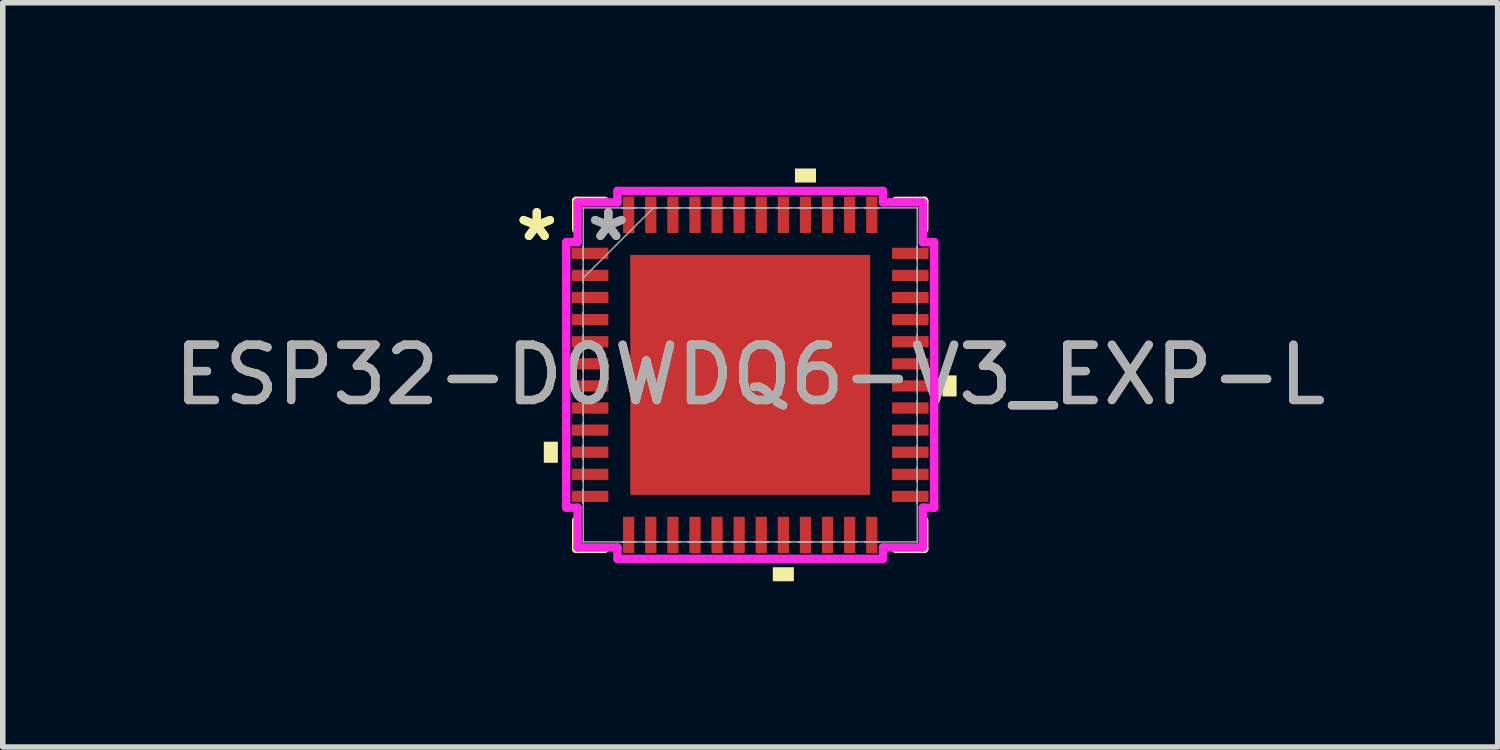
<source format=kicad_pcb>
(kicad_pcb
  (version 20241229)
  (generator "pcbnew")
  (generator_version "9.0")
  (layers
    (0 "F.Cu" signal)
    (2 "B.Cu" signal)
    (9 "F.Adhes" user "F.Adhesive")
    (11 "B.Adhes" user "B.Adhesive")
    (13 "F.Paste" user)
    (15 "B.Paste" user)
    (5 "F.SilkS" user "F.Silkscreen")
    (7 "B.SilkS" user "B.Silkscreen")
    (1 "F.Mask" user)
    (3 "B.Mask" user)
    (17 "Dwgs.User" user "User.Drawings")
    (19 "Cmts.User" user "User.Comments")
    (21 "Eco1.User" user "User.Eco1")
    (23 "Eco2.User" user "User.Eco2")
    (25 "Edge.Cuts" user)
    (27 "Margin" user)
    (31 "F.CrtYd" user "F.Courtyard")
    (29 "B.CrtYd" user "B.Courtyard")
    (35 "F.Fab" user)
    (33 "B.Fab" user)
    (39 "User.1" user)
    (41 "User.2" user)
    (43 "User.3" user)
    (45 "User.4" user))
  (footprint "ESP32-D0WDQ6-V3_EXP-L"
    (layer "F.Cu")
    (at 10.53 3.736)
    (property "Reference" "ESP32-D0WDQ6-V3_EXP-L" (at 0 0 0) (unlocked yes) (layer "F.SilkS") (effects (font (size 1 1) (thickness 0.15))))
    (attr smd)
    (fp_line (start -3.15 -3.15) (end -3.15 -2.634) (stroke (width 0.152) (type solid)) (layer "F.SilkS"))
    (fp_line (start -3.15 2.634) (end -3.15 3.15) (stroke (width 0.152) (type solid)) (layer "F.SilkS"))
    (fp_line (start -3.15 3.15) (end -2.634 3.15) (stroke (width 0.152) (type solid)) (layer "F.SilkS"))
    (fp_line (start -2.634 -3.15) (end -3.15 -3.15) (stroke (width 0.152) (type solid)) (layer "F.SilkS"))
    (fp_line (start 2.634 3.15) (end 3.15 3.15) (stroke (width 0.152) (type solid)) (layer "F.SilkS"))
    (fp_line (start 3.15 -3.15) (end 2.634 -3.15) (stroke (width 0.152) (type solid)) (layer "F.SilkS"))
    (fp_line (start 3.15 -2.634) (end 3.15 -3.15) (stroke (width 0.152) (type solid)) (layer "F.SilkS"))
    (fp_line (start 3.15 3.15) (end 3.15 2.634) (stroke (width 0.152) (type solid)) (layer "F.SilkS"))
    (fp_poly (pts (xy -3.736 1.21) (xy -3.736 1.591) (xy -3.482 1.591) (xy -3.482 1.21)) (stroke (width 0) (type solid)) (fill yes) (layer "F.SilkS"))
    (fp_poly (pts (xy 0.409 3.482) (xy 0.409 3.736) (xy 0.79 3.736) (xy 0.79 3.482)) (stroke (width 0) (type solid)) (fill yes) (layer "F.SilkS"))
    (fp_poly (pts (xy 0.81 -3.482) (xy 0.81 -3.736) (xy 1.191 -3.736) (xy 1.191 -3.482)) (stroke (width 0) (type solid)) (fill yes) (layer "F.SilkS"))
    (fp_poly (pts (xy 3.736 0.009) (xy 3.736 0.391) (xy 3.482 0.391) (xy 3.482 0.009)) (stroke (width 0) (type solid)) (fill yes) (layer "F.SilkS"))
    (fp_poly (pts (xy -2.072 -2.072) (xy -2.072 -0.824) (xy -0.824 -0.824) (xy -0.824 -2.072)) (stroke (width 0) (type solid)) (fill yes) (layer "F.Paste"))
    (fp_poly (pts (xy -2.072 -0.624) (xy -2.072 0.624) (xy -0.824 0.624) (xy -0.824 -0.624)) (stroke (width 0) (type solid)) (fill yes) (layer "F.Paste"))
    (fp_poly (pts (xy -2.072 0.824) (xy -2.072 2.072) (xy -0.824 2.072) (xy -0.824 0.824)) (stroke (width 0) (type solid)) (fill yes) (layer "F.Paste"))
    (fp_poly (pts (xy -0.624 -2.072) (xy -0.624 -0.824) (xy 0.624 -0.824) (xy 0.624 -2.072)) (stroke (width 0) (type solid)) (fill yes) (layer "F.Paste"))
    (fp_poly (pts (xy -0.624 -0.624) (xy -0.624 0.624) (xy 0.624 0.624) (xy 0.624 -0.624)) (stroke (width 0) (type solid)) (fill yes) (layer "F.Paste"))
    (fp_poly (pts (xy -0.624 0.824) (xy -0.624 2.072) (xy 0.624 2.072) (xy 0.624 0.824)) (stroke (width 0) (type solid)) (fill yes) (layer "F.Paste"))
    (fp_poly (pts (xy 0.824 -2.072) (xy 0.824 -0.824) (xy 2.072 -0.824) (xy 2.072 -2.072)) (stroke (width 0) (type solid)) (fill yes) (layer "F.Paste"))
    (fp_poly (pts (xy 0.824 -0.624) (xy 0.824 0.624) (xy 2.072 0.624) (xy 2.072 -0.624)) (stroke (width 0) (type solid)) (fill yes) (layer "F.Paste"))
    (fp_poly (pts (xy 0.824 0.824) (xy 0.824 2.072) (xy 2.072 2.072) (xy 2.072 0.824)) (stroke (width 0) (type solid)) (fill yes) (layer "F.Paste"))
    (fp_line (start -3.33 -2.403) (end -3.124 -2.403) (stroke (width 0.152) (type solid)) (layer "F.CrtYd"))
    (fp_line (start -3.33 2.403) (end -3.33 -2.403) (stroke (width 0.152) (type solid)) (layer "F.CrtYd"))
    (fp_line (start -3.124 -3.124) (end -2.403 -3.124) (stroke (width 0.152) (type solid)) (layer "F.CrtYd"))
    (fp_line (start -3.124 -2.403) (end -3.124 -3.124) (stroke (width 0.152) (type solid)) (layer "F.CrtYd"))
    (fp_line (start -3.124 2.403) (end -3.33 2.403) (stroke (width 0.152) (type solid)) (layer "F.CrtYd"))
    (fp_line (start -3.124 3.124) (end -3.124 2.403) (stroke (width 0.152) (type solid)) (layer "F.CrtYd"))
    (fp_line (start -2.403 -3.33) (end 2.403 -3.33) (stroke (width 0.152) (type solid)) (layer "F.CrtYd"))
    (fp_line (start -2.403 -3.124) (end -2.403 -3.33) (stroke (width 0.152) (type solid)) (layer "F.CrtYd"))
    (fp_line (start -2.403 3.124) (end -3.124 3.124) (stroke (width 0.152) (type solid)) (layer "F.CrtYd"))
    (fp_line (start -2.403 3.33) (end -2.403 3.124) (stroke (width 0.152) (type solid)) (layer "F.CrtYd"))
    (fp_line (start 2.403 -3.33) (end 2.403 -3.124) (stroke (width 0.152) (type solid)) (layer "F.CrtYd"))
    (fp_line (start 2.403 -3.124) (end 3.124 -3.124) (stroke (width 0.152) (type solid)) (layer "F.CrtYd"))
    (fp_line (start 2.403 3.124) (end 2.403 3.33) (stroke (width 0.152) (type solid)) (layer "F.CrtYd"))
    (fp_line (start 2.403 3.33) (end -2.403 3.33) (stroke (width 0.152) (type solid)) (layer "F.CrtYd"))
    (fp_line (start 3.124 -3.124) (end 3.124 -2.403) (stroke (width 0.152) (type solid)) (layer "F.CrtYd"))
    (fp_line (start 3.124 -2.403) (end 3.33 -2.403) (stroke (width 0.152) (type solid)) (layer "F.CrtYd"))
    (fp_line (start 3.124 2.403) (end 3.124 3.124) (stroke (width 0.152) (type solid)) (layer "F.CrtYd"))
    (fp_line (start 3.124 3.124) (end 2.403 3.124) (stroke (width 0.152) (type solid)) (layer "F.CrtYd"))
    (fp_line (start 3.33 -2.403) (end 3.33 2.403) (stroke (width 0.152) (type solid)) (layer "F.CrtYd"))
    (fp_line (start 3.33 2.403) (end 3.124 2.403) (stroke (width 0.152) (type solid)) (layer "F.CrtYd"))
    (fp_line (start -3.025 -2.327) (end -3.025 -2.073) (stroke (width 0.025) (type solid)) (layer "F.Fab"))
    (fp_line (start -3.025 -2.073) (end -3.023 -2.073) (stroke (width 0.025) (type solid)) (layer "F.Fab"))
    (fp_line (start -3.025 -1.927) (end -3.025 -1.673) (stroke (width 0.025) (type solid)) (layer "F.Fab"))
    (fp_line (start -3.025 -1.673) (end -3.023 -1.673) (stroke (width 0.025) (type solid)) (layer "F.Fab"))
    (fp_line (start -3.025 -1.527) (end -3.025 -1.273) (stroke (width 0.025) (type solid)) (layer "F.Fab"))
    (fp_line (start -3.025 -1.273) (end -3.023 -1.273) (stroke (width 0.025) (type solid)) (layer "F.Fab"))
    (fp_line (start -3.025 -1.127) (end -3.025 -0.873) (stroke (width 0.025) (type solid)) (layer "F.Fab"))
    (fp_line (start -3.025 -0.873) (end -3.023 -0.873) (stroke (width 0.025) (type solid)) (layer "F.Fab"))
    (fp_line (start -3.025 -0.727) (end -3.025 -0.473) (stroke (width 0.025) (type solid)) (layer "F.Fab"))
    (fp_line (start -3.025 -0.473) (end -3.023 -0.473) (stroke (width 0.025) (type solid)) (layer "F.Fab"))
    (fp_line (start -3.025 -0.327) (end -3.025 -0.073) (stroke (width 0.025) (type solid)) (layer "F.Fab"))
    (fp_line (start -3.025 -0.073) (end -3.023 -0.073) (stroke (width 0.025) (type solid)) (layer "F.Fab"))
    (fp_line (start -3.025 0.073) (end -3.025 0.327) (stroke (width 0.025) (type solid)) (layer "F.Fab"))
    (fp_line (start -3.025 0.327) (end -3.023 0.327) (stroke (width 0.025) (type solid)) (layer "F.Fab"))
    (fp_line (start -3.025 0.473) (end -3.025 0.727) (stroke (width 0.025) (type solid)) (layer "F.Fab"))
    (fp_line (start -3.025 0.727) (end -3.023 0.727) (stroke (width 0.025) (type solid)) (layer "F.Fab"))
    (fp_line (start -3.025 0.873) (end -3.025 1.127) (stroke (width 0.025) (type solid)) (layer "F.Fab"))
    (fp_line (start -3.025 1.127) (end -3.023 1.127) (stroke (width 0.025) (type solid)) (layer "F.Fab"))
    (fp_line (start -3.025 1.273) (end -3.025 1.527) (stroke (width 0.025) (type solid)) (layer "F.Fab"))
    (fp_line (start -3.025 1.527) (end -3.023 1.527) (stroke (width 0.025) (type solid)) (layer "F.Fab"))
    (fp_line (start -3.025 1.673) (end -3.025 1.927) (stroke (width 0.025) (type solid)) (layer "F.Fab"))
    (fp_line (start -3.025 1.927) (end -3.023 1.927) (stroke (width 0.025) (type solid)) (layer "F.Fab"))
    (fp_line (start -3.025 2.073) (end -3.025 2.327) (stroke (width 0.025) (type solid)) (layer "F.Fab"))
    (fp_line (start -3.025 2.327) (end -3.023 2.327) (stroke (width 0.025) (type solid)) (layer "F.Fab"))
    (fp_line (start -3.023 -3.023) (end -3.023 -3.023) (stroke (width 0.025) (type solid)) (layer "F.Fab"))
    (fp_line (start -3.023 -3.023) (end -3.023 3.023) (stroke (width 0.025) (type solid)) (layer "F.Fab"))
    (fp_line (start -3.023 -2.327) (end -3.025 -2.327) (stroke (width 0.025) (type solid)) (layer "F.Fab"))
    (fp_line (start -3.023 -2.073) (end -3.023 -2.327) (stroke (width 0.025) (type solid)) (layer "F.Fab"))
    (fp_line (start -3.023 -1.927) (end -3.025 -1.927) (stroke (width 0.025) (type solid)) (layer "F.Fab"))
    (fp_line (start -3.023 -1.753) (end -1.753 -3.023) (stroke (width 0.025) (type solid)) (layer "F.Fab"))
    (fp_line (start -3.023 -1.673) (end -3.023 -1.927) (stroke (width 0.025) (type solid)) (layer "F.Fab"))
    (fp_line (start -3.023 -1.527) (end -3.025 -1.527) (stroke (width 0.025) (type solid)) (layer "F.Fab"))
    (fp_line (start -3.023 -1.273) (end -3.023 -1.527) (stroke (width 0.025) (type solid)) (layer "F.Fab"))
    (fp_line (start -3.023 -1.127) (end -3.025 -1.127) (stroke (width 0.025) (type solid)) (layer "F.Fab"))
    (fp_line (start -3.023 -0.873) (end -3.023 -1.127) (stroke (width 0.025) (type solid)) (layer "F.Fab"))
    (fp_line (start -3.023 -0.727) (end -3.025 -0.727) (stroke (width 0.025) (type solid)) (layer "F.Fab"))
    (fp_line (start -3.023 -0.473) (end -3.023 -0.727) (stroke (width 0.025) (type solid)) (layer "F.Fab"))
    (fp_line (start -3.023 -0.327) (end -3.025 -0.327) (stroke (width 0.025) (type solid)) (layer "F.Fab"))
    (fp_line (start -3.023 -0.073) (end -3.023 -0.327) (stroke (width 0.025) (type solid)) (layer "F.Fab"))
    (fp_line (start -3.023 0.073) (end -3.025 0.073) (stroke (width 0.025) (type solid)) (layer "F.Fab"))
    (fp_line (start -3.023 0.327) (end -3.023 0.073) (stroke (width 0.025) (type solid)) (layer "F.Fab"))
    (fp_line (start -3.023 0.473) (end -3.025 0.473) (stroke (width 0.025) (type solid)) (layer "F.Fab"))
    (fp_line (start -3.023 0.727) (end -3.023 0.473) (stroke (width 0.025) (type solid)) (layer "F.Fab"))
    (fp_line (start -3.023 0.873) (end -3.025 0.873) (stroke (width 0.025) (type solid)) (layer "F.Fab"))
    (fp_line (start -3.023 1.127) (end -3.023 0.873) (stroke (width 0.025) (type solid)) (layer "F.Fab"))
    (fp_line (start -3.023 1.273) (end -3.025 1.273) (stroke (width 0.025) (type solid)) (layer "F.Fab"))
    (fp_line (start -3.023 1.527) (end -3.023 1.273) (stroke (width 0.025) (type solid)) (layer "F.Fab"))
    (fp_line (start -3.023 1.673) (end -3.025 1.673) (stroke (width 0.025) (type solid)) (layer "F.Fab"))
    (fp_line (start -3.023 1.927) (end -3.023 1.673) (stroke (width 0.025) (type solid)) (layer "F.Fab"))
    (fp_line (start -3.023 2.073) (end -3.025 2.073) (stroke (width 0.025) (type solid)) (layer "F.Fab"))
    (fp_line (start -3.023 2.327) (end -3.023 2.073) (stroke (width 0.025) (type solid)) (layer "F.Fab"))
    (fp_line (start -3.023 3.023) (end -3.023 3.023) (stroke (width 0.025) (type solid)) (layer "F.Fab"))
    (fp_line (start -3.023 3.023) (end 3.023 3.023) (stroke (width 0.025) (type solid)) (layer "F.Fab"))
    (fp_line (start -2.327 -3.025) (end -2.327 -3.023) (stroke (width 0.025) (type solid)) (layer "F.Fab"))
    (fp_line (start -2.327 -3.023) (end -2.073 -3.023) (stroke (width 0.025) (type solid)) (layer "F.Fab"))
    (fp_line (start -2.327 3.023) (end -2.327 3.025) (stroke (width 0.025) (type solid)) (layer "F.Fab"))
    (fp_line (start -2.327 3.025) (end -2.073 3.025) (stroke (width 0.025) (type solid)) (layer "F.Fab"))
    (fp_line (start -2.073 -3.025) (end -2.327 -3.025) (stroke (width 0.025) (type solid)) (layer "F.Fab"))
    (fp_line (start -2.073 -3.023) (end -2.073 -3.025) (stroke (width 0.025) (type solid)) (layer "F.Fab"))
    (fp_line (start -2.073 3.023) (end -2.327 3.023) (stroke (width 0.025) (type solid)) (layer "F.Fab"))
    (fp_line (start -2.073 3.025) (end -2.073 3.023) (stroke (width 0.025) (type solid)) (layer "F.Fab"))
    (fp_line (start -1.927 -3.025) (end -1.927 -3.023) (stroke (width 0.025) (type solid)) (layer "F.Fab"))
    (fp_line (start -1.927 -3.023) (end -1.673 -3.023) (stroke (width 0.025) (type solid)) (layer "F.Fab"))
    (fp_line (start -1.927 3.023) (end -1.927 3.025) (stroke (width 0.025) (type solid)) (layer "F.Fab"))
    (fp_line (start -1.927 3.025) (end -1.673 3.025) (stroke (width 0.025) (type solid)) (layer "F.Fab"))
    (fp_line (start -1.673 -3.025) (end -1.927 -3.025) (stroke (width 0.025) (type solid)) (layer "F.Fab"))
    (fp_line (start -1.673 -3.023) (end -1.673 -3.025) (stroke (width 0.025) (type solid)) (layer "F.Fab"))
    (fp_line (start -1.673 3.023) (end -1.927 3.023) (stroke (width 0.025) (type solid)) (layer "F.Fab"))
    (fp_line (start -1.673 3.025) (end -1.673 3.023) (stroke (width 0.025) (type solid)) (layer "F.Fab"))
    (fp_line (start -1.527 -3.025) (end -1.527 -3.023) (stroke (width 0.025) (type solid)) (layer "F.Fab"))
    (fp_line (start -1.527 -3.023) (end -1.273 -3.023) (stroke (width 0.025) (type solid)) (layer "F.Fab"))
    (fp_line (start -1.527 3.023) (end -1.527 3.025) (stroke (width 0.025) (type solid)) (layer "F.Fab"))
    (fp_line (start -1.527 3.025) (end -1.273 3.025) (stroke (width 0.025) (type solid)) (layer "F.Fab"))
    (fp_line (start -1.273 -3.025) (end -1.527 -3.025) (stroke (width 0.025) (type solid)) (layer "F.Fab"))
    (fp_line (start -1.273 -3.023) (end -1.273 -3.025) (stroke (width 0.025) (type solid)) (layer "F.Fab"))
    (fp_line (start -1.273 3.023) (end -1.527 3.023) (stroke (width 0.025) (type solid)) (layer "F.Fab"))
    (fp_line (start -1.273 3.025) (end -1.273 3.023) (stroke (width 0.025) (type solid)) (layer "F.Fab"))
    (fp_line (start -1.127 -3.025) (end -1.127 -3.023) (stroke (width 0.025) (type solid)) (layer "F.Fab"))
    (fp_line (start -1.127 -3.023) (end -0.873 -3.023) (stroke (width 0.025) (type solid)) (layer "F.Fab"))
    (fp_line (start -1.127 3.023) (end -1.127 3.025) (stroke (width 0.025) (type solid)) (layer "F.Fab"))
    (fp_line (start -1.127 3.025) (end -0.873 3.025) (stroke (width 0.025) (type solid)) (layer "F.Fab"))
    (fp_line (start -0.873 -3.025) (end -1.127 -3.025) (stroke (width 0.025) (type solid)) (layer "F.Fab"))
    (fp_line (start -0.873 -3.023) (end -0.873 -3.025) (stroke (width 0.025) (type solid)) (layer "F.Fab"))
    (fp_line (start -0.873 3.023) (end -1.127 3.023) (stroke (width 0.025) (type solid)) (layer "F.Fab"))
    (fp_line (start -0.873 3.025) (end -0.873 3.023) (stroke (width 0.025) (type solid)) (layer "F.Fab"))
    (fp_line (start -0.727 -3.025) (end -0.727 -3.023) (stroke (width 0.025) (type solid)) (layer "F.Fab"))
    (fp_line (start -0.727 -3.023) (end -0.473 -3.023) (stroke (width 0.025) (type solid)) (layer "F.Fab"))
    (fp_line (start -0.727 3.023) (end -0.727 3.025) (stroke (width 0.025) (type solid)) (layer "F.Fab"))
    (fp_line (start -0.727 3.025) (end -0.473 3.025) (stroke (width 0.025) (type solid)) (layer "F.Fab"))
    (fp_line (start -0.473 -3.025) (end -0.727 -3.025) (stroke (width 0.025) (type solid)) (layer "F.Fab"))
    (fp_line (start -0.473 -3.023) (end -0.473 -3.025) (stroke (width 0.025) (type solid)) (layer "F.Fab"))
    (fp_line (start -0.473 3.023) (end -0.727 3.023) (stroke (width 0.025) (type solid)) (layer "F.Fab"))
    (fp_line (start -0.473 3.025) (end -0.473 3.023) (stroke (width 0.025) (type solid)) (layer "F.Fab"))
    (fp_line (start -0.327 -3.025) (end -0.327 -3.023) (stroke (width 0.025) (type solid)) (layer "F.Fab"))
    (fp_line (start -0.327 -3.023) (end -0.073 -3.023) (stroke (width 0.025) (type solid)) (layer "F.Fab"))
    (fp_line (start -0.327 3.023) (end -0.327 3.025) (stroke (width 0.025) (type solid)) (layer "F.Fab"))
    (fp_line (start -0.327 3.025) (end -0.073 3.025) (stroke (width 0.025) (type solid)) (layer "F.Fab"))
    (fp_line (start -0.073 -3.025) (end -0.327 -3.025) (stroke (width 0.025) (type solid)) (layer "F.Fab"))
    (fp_line (start -0.073 -3.023) (end -0.073 -3.025) (stroke (width 0.025) (type solid)) (layer "F.Fab"))
    (fp_line (start -0.073 3.023) (end -0.327 3.023) (stroke (width 0.025) (type solid)) (layer "F.Fab"))
    (fp_line (start -0.073 3.025) (end -0.073 3.023) (stroke (width 0.025) (type solid)) (layer "F.Fab"))
    (fp_line (start 0.073 -3.025) (end 0.073 -3.023) (stroke (width 0.025) (type solid)) (layer "F.Fab"))
    (fp_line (start 0.073 -3.023) (end 0.327 -3.023) (stroke (width 0.025) (type solid)) (layer "F.Fab"))
    (fp_line (start 0.073 3.023) (end 0.073 3.025) (stroke (width 0.025) (type solid)) (layer "F.Fab"))
    (fp_line (start 0.073 3.025) (end 0.327 3.025) (stroke (width 0.025) (type solid)) (layer "F.Fab"))
    (fp_line (start 0.327 -3.025) (end 0.073 -3.025) (stroke (width 0.025) (type solid)) (layer "F.Fab"))
    (fp_line (start 0.327 -3.023) (end 0.327 -3.025) (stroke (width 0.025) (type solid)) (layer "F.Fab"))
    (fp_line (start 0.327 3.023) (end 0.073 3.023) (stroke (width 0.025) (type solid)) (layer "F.Fab"))
    (fp_line (start 0.327 3.025) (end 0.327 3.023) (stroke (width 0.025) (type solid)) (layer "F.Fab"))
    (fp_line (start 0.473 -3.025) (end 0.473 -3.023) (stroke (width 0.025) (type solid)) (layer "F.Fab"))
    (fp_line (start 0.473 -3.023) (end 0.727 -3.023) (stroke (width 0.025) (type solid)) (layer "F.Fab"))
    (fp_line (start 0.473 3.023) (end 0.473 3.025) (stroke (width 0.025) (type solid)) (layer "F.Fab"))
    (fp_line (start 0.473 3.025) (end 0.727 3.025) (stroke (width 0.025) (type solid)) (layer "F.Fab"))
    (fp_line (start 0.727 -3.025) (end 0.473 -3.025) (stroke (width 0.025) (type solid)) (layer "F.Fab"))
    (fp_line (start 0.727 -3.023) (end 0.727 -3.025) (stroke (width 0.025) (type solid)) (layer "F.Fab"))
    (fp_line (start 0.727 3.023) (end 0.473 3.023) (stroke (width 0.025) (type solid)) (layer "F.Fab"))
    (fp_line (start 0.727 3.025) (end 0.727 3.023) (stroke (width 0.025) (type solid)) (layer "F.Fab"))
    (fp_line (start 0.873 -3.025) (end 0.873 -3.023) (stroke (width 0.025) (type solid)) (layer "F.Fab"))
    (fp_line (start 0.873 -3.023) (end 1.127 -3.023) (stroke (width 0.025) (type solid)) (layer "F.Fab"))
    (fp_line (start 0.873 3.023) (end 0.873 3.025) (stroke (width 0.025) (type solid)) (layer "F.Fab"))
    (fp_line (start 0.873 3.025) (end 1.127 3.025) (stroke (width 0.025) (type solid)) (layer "F.Fab"))
    (fp_line (start 1.127 -3.025) (end 0.873 -3.025) (stroke (width 0.025) (type solid)) (layer "F.Fab"))
    (fp_line (start 1.127 -3.023) (end 1.127 -3.025) (stroke (width 0.025) (type solid)) (layer "F.Fab"))
    (fp_line (start 1.127 3.023) (end 0.873 3.023) (stroke (width 0.025) (type solid)) (layer "F.Fab"))
    (fp_line (start 1.127 3.025) (end 1.127 3.023) (stroke (width 0.025) (type solid)) (layer "F.Fab"))
    (fp_line (start 1.273 -3.025) (end 1.273 -3.023) (stroke (width 0.025) (type solid)) (layer "F.Fab"))
    (fp_line (start 1.273 -3.023) (end 1.527 -3.023) (stroke (width 0.025) (type solid)) (layer "F.Fab"))
    (fp_line (start 1.273 3.023) (end 1.273 3.025) (stroke (width 0.025) (type solid)) (layer "F.Fab"))
    (fp_line (start 1.273 3.025) (end 1.527 3.025) (stroke (width 0.025) (type solid)) (layer "F.Fab"))
    (fp_line (start 1.527 -3.025) (end 1.273 -3.025) (stroke (width 0.025) (type solid)) (layer "F.Fab"))
    (fp_line (start 1.527 -3.023) (end 1.527 -3.025) (stroke (width 0.025) (type solid)) (layer "F.Fab"))
    (fp_line (start 1.527 3.023) (end 1.273 3.023) (stroke (width 0.025) (type solid)) (layer "F.Fab"))
    (fp_line (start 1.527 3.025) (end 1.527 3.023) (stroke (width 0.025) (type solid)) (layer "F.Fab"))
    (fp_line (start 1.673 -3.025) (end 1.673 -3.023) (stroke (width 0.025) (type solid)) (layer "F.Fab"))
    (fp_line (start 1.673 -3.023) (end 1.927 -3.023) (stroke (width 0.025) (type solid)) (layer "F.Fab"))
    (fp_line (start 1.673 3.023) (end 1.673 3.025) (stroke (width 0.025) (type solid)) (layer "F.Fab"))
    (fp_line (start 1.673 3.025) (end 1.927 3.025) (stroke (width 0.025) (type solid)) (layer "F.Fab"))
    (fp_line (start 1.927 -3.025) (end 1.673 -3.025) (stroke (width 0.025) (type solid)) (layer "F.Fab"))
    (fp_line (start 1.927 -3.023) (end 1.927 -3.025) (stroke (width 0.025) (type solid)) (layer "F.Fab"))
    (fp_line (start 1.927 3.023) (end 1.673 3.023) (stroke (width 0.025) (type solid)) (layer "F.Fab"))
    (fp_line (start 1.927 3.025) (end 1.927 3.023) (stroke (width 0.025) (type solid)) (layer "F.Fab"))
    (fp_line (start 2.073 -3.025) (end 2.073 -3.023) (stroke (width 0.025) (type solid)) (layer "F.Fab"))
    (fp_line (start 2.073 -3.023) (end 2.327 -3.023) (stroke (width 0.025) (type solid)) (layer "F.Fab"))
    (fp_line (start 2.073 3.023) (end 2.073 3.025) (stroke (width 0.025) (type solid)) (layer "F.Fab"))
    (fp_line (start 2.073 3.025) (end 2.327 3.025) (stroke (width 0.025) (type solid)) (layer "F.Fab"))
    (fp_line (start 2.327 -3.025) (end 2.073 -3.025) (stroke (width 0.025) (type solid)) (layer "F.Fab"))
    (fp_line (start 2.327 -3.023) (end 2.327 -3.025) (stroke (width 0.025) (type solid)) (layer "F.Fab"))
    (fp_line (start 2.327 3.023) (end 2.073 3.023) (stroke (width 0.025) (type solid)) (layer "F.Fab"))
    (fp_line (start 2.327 3.025) (end 2.327 3.023) (stroke (width 0.025) (type solid)) (layer "F.Fab"))
    (fp_line (start 3.023 -3.023) (end -3.023 -3.023) (stroke (width 0.025) (type solid)) (layer "F.Fab"))
    (fp_line (start 3.023 -3.023) (end 3.023 -3.023) (stroke (width 0.025) (type solid)) (layer "F.Fab"))
    (fp_line (start 3.023 -2.327) (end 3.023 -2.073) (stroke (width 0.025) (type solid)) (layer "F.Fab"))
    (fp_line (start 3.023 -2.073) (end 3.025 -2.073) (stroke (width 0.025) (type solid)) (layer "F.Fab"))
    (fp_line (start 3.023 -1.927) (end 3.023 -1.673) (stroke (width 0.025) (type solid)) (layer "F.Fab"))
    (fp_line (start 3.023 -1.673) (end 3.025 -1.673) (stroke (width 0.025) (type solid)) (layer "F.Fab"))
    (fp_line (start 3.023 -1.527) (end 3.023 -1.273) (stroke (width 0.025) (type solid)) (layer "F.Fab"))
    (fp_line (start 3.023 -1.273) (end 3.025 -1.273) (stroke (width 0.025) (type solid)) (layer "F.Fab"))
    (fp_line (start 3.023 -1.127) (end 3.023 -0.873) (stroke (width 0.025) (type solid)) (layer "F.Fab"))
    (fp_line (start 3.023 -0.873) (end 3.025 -0.873) (stroke (width 0.025) (type solid)) (layer "F.Fab"))
    (fp_line (start 3.023 -0.727) (end 3.023 -0.473) (stroke (width 0.025) (type solid)) (layer "F.Fab"))
    (fp_line (start 3.023 -0.473) (end 3.025 -0.473) (stroke (width 0.025) (type solid)) (layer "F.Fab"))
    (fp_line (start 3.023 -0.327) (end 3.023 -0.073) (stroke (width 0.025) (type solid)) (layer "F.Fab"))
    (fp_line (start 3.023 -0.073) (end 3.025 -0.073) (stroke (width 0.025) (type solid)) (layer "F.Fab"))
    (fp_line (start 3.023 0.073) (end 3.023 0.327) (stroke (width 0.025) (type solid)) (layer "F.Fab"))
    (fp_line (start 3.023 0.327) (end 3.025 0.327) (stroke (width 0.025) (type solid)) (layer "F.Fab"))
    (fp_line (start 3.023 0.473) (end 3.023 0.727) (stroke (width 0.025) (type solid)) (layer "F.Fab"))
    (fp_line (start 3.023 0.727) (end 3.025 0.727) (stroke (width 0.025) (type solid)) (layer "F.Fab"))
    (fp_line (start 3.023 0.873) (end 3.023 1.127) (stroke (width 0.025) (type solid)) (layer "F.Fab"))
    (fp_line (start 3.023 1.127) (end 3.025 1.127) (stroke (width 0.025) (type solid)) (layer "F.Fab"))
    (fp_line (start 3.023 1.273) (end 3.023 1.527) (stroke (width 0.025) (type solid)) (layer "F.Fab"))
    (fp_line (start 3.023 1.527) (end 3.025 1.527) (stroke (width 0.025) (type solid)) (layer "F.Fab"))
    (fp_line (start 3.023 1.673) (end 3.023 1.927) (stroke (width 0.025) (type solid)) (layer "F.Fab"))
    (fp_line (start 3.023 1.927) (end 3.025 1.927) (stroke (width 0.025) (type solid)) (layer "F.Fab"))
    (fp_line (start 3.023 2.073) (end 3.023 2.327) (stroke (width 0.025) (type solid)) (layer "F.Fab"))
    (fp_line (start 3.023 2.327) (end 3.025 2.327) (stroke (width 0.025) (type solid)) (layer "F.Fab"))
    (fp_line (start 3.023 3.023) (end 3.023 -3.023) (stroke (width 0.025) (type solid)) (layer "F.Fab"))
    (fp_line (start 3.023 3.023) (end 3.023 3.023) (stroke (width 0.025) (type solid)) (layer "F.Fab"))
    (fp_line (start 3.025 -2.327) (end 3.023 -2.327) (stroke (width 0.025) (type solid)) (layer "F.Fab"))
    (fp_line (start 3.025 -2.073) (end 3.025 -2.327) (stroke (width 0.025) (type solid)) (layer "F.Fab"))
    (fp_line (start 3.025 -1.927) (end 3.023 -1.927) (stroke (width 0.025) (type solid)) (layer "F.Fab"))
    (fp_line (start 3.025 -1.673) (end 3.025 -1.927) (stroke (width 0.025) (type solid)) (layer "F.Fab"))
    (fp_line (start 3.025 -1.527) (end 3.023 -1.527) (stroke (width 0.025) (type solid)) (layer "F.Fab"))
    (fp_line (start 3.025 -1.273) (end 3.025 -1.527) (stroke (width 0.025) (type solid)) (layer "F.Fab"))
    (fp_line (start 3.025 -1.127) (end 3.023 -1.127) (stroke (width 0.025) (type solid)) (layer "F.Fab"))
    (fp_line (start 3.025 -0.873) (end 3.025 -1.127) (stroke (width 0.025) (type solid)) (layer "F.Fab"))
    (fp_line (start 3.025 -0.727) (end 3.023 -0.727) (stroke (width 0.025) (type solid)) (layer "F.Fab"))
    (fp_line (start 3.025 -0.473) (end 3.025 -0.727) (stroke (width 0.025) (type solid)) (layer "F.Fab"))
    (fp_line (start 3.025 -0.327) (end 3.023 -0.327) (stroke (width 0.025) (type solid)) (layer "F.Fab"))
    (fp_line (start 3.025 -0.073) (end 3.025 -0.327) (stroke (width 0.025) (type solid)) (layer "F.Fab"))
    (fp_line (start 3.025 0.073) (end 3.023 0.073) (stroke (width 0.025) (type solid)) (layer "F.Fab"))
    (fp_line (start 3.025 0.327) (end 3.025 0.073) (stroke (width 0.025) (type solid)) (layer "F.Fab"))
    (fp_line (start 3.025 0.473) (end 3.023 0.473) (stroke (width 0.025) (type solid)) (layer "F.Fab"))
    (fp_line (start 3.025 0.727) (end 3.025 0.473) (stroke (width 0.025) (type solid)) (layer "F.Fab"))
    (fp_line (start 3.025 0.873) (end 3.023 0.873) (stroke (width 0.025) (type solid)) (layer "F.Fab"))
    (fp_line (start 3.025 1.127) (end 3.025 0.873) (stroke (width 0.025) (type solid)) (layer "F.Fab"))
    (fp_line (start 3.025 1.273) (end 3.023 1.273) (stroke (width 0.025) (type solid)) (layer "F.Fab"))
    (fp_line (start 3.025 1.527) (end 3.025 1.273) (stroke (width 0.025) (type solid)) (layer "F.Fab"))
    (fp_line (start 3.025 1.673) (end 3.023 1.673) (stroke (width 0.025) (type solid)) (layer "F.Fab"))
    (fp_line (start 3.025 1.927) (end 3.025 1.673) (stroke (width 0.025) (type solid)) (layer "F.Fab"))
    (fp_line (start 3.025 2.073) (end 3.023 2.073) (stroke (width 0.025) (type solid)) (layer "F.Fab"))
    (fp_line (start 3.025 2.327) (end 3.025 2.073) (stroke (width 0.025) (type solid)) (layer "F.Fab"))
    (fp_text user "*" (at -3.863 -2.4 0) (layer "F.SilkS") (effects (font (size 1 1) (thickness 0.15))))
    (fp_text user "*" (at -3.863 -2.4 0) (unlocked yes) (layer "F.SilkS") (effects (font (size 1 1) (thickness 0.15))))
    (fp_text user "*" (at -2.568 -2.4 0) (unlocked yes) (layer "F.Fab") (effects (font (size 1 1) (thickness 0.15))))
    (fp_text user "${REFERENCE}" (at 0 0 0) (unlocked yes) (layer "F.Fab") (effects (font (size 1 1) (thickness 0.15))))
    (fp_text user "*" (at -2.568 -2.4 0) (layer "F.Fab") (effects (font (size 1 1) (thickness 0.15))))
    (pad "1" smd rect (at -2.898 -2.2 90) (size 0.203 0.66) (layers "F.Cu" "F.Mask" "F.Paste"))
    (pad "2" smd rect (at -2.898 -1.8 90) (size 0.203 0.66) (layers "F.Cu" "F.Mask" "F.Paste"))
    (pad "3" smd rect (at -2.898 -1.4 90) (size 0.203 0.66) (layers "F.Cu" "F.Mask" "F.Paste"))
    (pad "4" smd rect (at -2.898 -1 90) (size 0.203 0.66) (layers "F.Cu" "F.Mask" "F.Paste"))
    (pad "5" smd rect (at -2.898 -0.6 90) (size 0.203 0.66) (layers "F.Cu" "F.Mask" "F.Paste"))
    (pad "6" smd rect (at -2.898 -0.2 90) (size 0.203 0.66) (layers "F.Cu" "F.Mask" "F.Paste"))
    (pad "7" smd rect (at -2.898 0.2 90) (size 0.203 0.66) (layers "F.Cu" "F.Mask" "F.Paste"))
    (pad "8" smd rect (at -2.898 0.6 90) (size 0.203 0.66) (layers "F.Cu" "F.Mask" "F.Paste"))
    (pad "9" smd rect (at -2.898 1 90) (size 0.203 0.66) (layers "F.Cu" "F.Mask" "F.Paste"))
    (pad "10" smd rect (at -2.898 1.4 90) (size 0.203 0.66) (layers "F.Cu" "F.Mask" "F.Paste"))
    (pad "11" smd rect (at -2.898 1.8 90) (size 0.203 0.66) (layers "F.Cu" "F.Mask" "F.Paste"))
    (pad "12" smd rect (at -2.898 2.2 90) (size 0.203 0.66) (layers "F.Cu" "F.Mask" "F.Paste"))
    (pad "13" smd rect (at -2.2 2.898) (size 0.203 0.66) (layers "F.Cu" "F.Mask" "F.Paste"))
    (pad "14" smd rect (at -1.8 2.898) (size 0.203 0.66) (layers "F.Cu" "F.Mask" "F.Paste"))
    (pad "15" smd rect (at -1.4 2.898) (size 0.203 0.66) (layers "F.Cu" "F.Mask" "F.Paste"))
    (pad "16" smd rect (at -1 2.898) (size 0.203 0.66) (layers "F.Cu" "F.Mask" "F.Paste"))
    (pad "17" smd rect (at -0.6 2.898) (size 0.203 0.66) (layers "F.Cu" "F.Mask" "F.Paste"))
    (pad "18" smd rect (at -0.2 2.898) (size 0.203 0.66) (layers "F.Cu" "F.Mask" "F.Paste"))
    (pad "19" smd rect (at 0.2 2.898) (size 0.203 0.66) (layers "F.Cu" "F.Mask" "F.Paste"))
    (pad "20" smd rect (at 0.6 2.898) (size 0.203 0.66) (layers "F.Cu" "F.Mask" "F.Paste"))
    (pad "21" smd rect (at 1 2.898) (size 0.203 0.66) (layers "F.Cu" "F.Mask" "F.Paste"))
    (pad "22" smd rect (at 1.4 2.898) (size 0.203 0.66) (layers "F.Cu" "F.Mask" "F.Paste"))
    (pad "23" smd rect (at 1.8 2.898) (size 0.203 0.66) (layers "F.Cu" "F.Mask" "F.Paste"))
    (pad "24" smd rect (at 2.2 2.898) (size 0.203 0.66) (layers "F.Cu" "F.Mask" "F.Paste"))
    (pad "25" smd rect (at 2.898 2.2 90) (size 0.203 0.66) (layers "F.Cu" "F.Mask" "F.Paste"))
    (pad "26" smd rect (at 2.898 1.8 90) (size 0.203 0.66) (layers "F.Cu" "F.Mask" "F.Paste"))
    (pad "27" smd rect (at 2.898 1.4 90) (size 0.203 0.66) (layers "F.Cu" "F.Mask" "F.Paste"))
    (pad "28" smd rect (at 2.898 1 90) (size 0.203 0.66) (layers "F.Cu" "F.Mask" "F.Paste"))
    (pad "29" smd rect (at 2.898 0.6 90) (size 0.203 0.66) (layers "F.Cu" "F.Mask" "F.Paste"))
    (pad "30" smd rect (at 2.898 0.2 90) (size 0.203 0.66) (layers "F.Cu" "F.Mask" "F.Paste"))
    (pad "31" smd rect (at 2.898 -0.2 90) (size 0.203 0.66) (layers "F.Cu" "F.Mask" "F.Paste"))
    (pad "32" smd rect (at 2.898 -0.6 90) (size 0.203 0.66) (layers "F.Cu" "F.Mask" "F.Paste"))
    (pad "33" smd rect (at 2.898 -1 90) (size 0.203 0.66) (layers "F.Cu" "F.Mask" "F.Paste"))
    (pad "34" smd rect (at 2.898 -1.4 90) (size 0.203 0.66) (layers "F.Cu" "F.Mask" "F.Paste"))
    (pad "35" smd rect (at 2.898 -1.8 90) (size 0.203 0.66) (layers "F.Cu" "F.Mask" "F.Paste"))
    (pad "36" smd rect (at 2.898 -2.2 90) (size 0.203 0.66) (layers "F.Cu" "F.Mask" "F.Paste"))
    (pad "37" smd rect (at 2.2 -2.898) (size 0.203 0.66) (layers "F.Cu" "F.Mask" "F.Paste"))
    (pad "38" smd rect (at 1.8 -2.898) (size 0.203 0.66) (layers "F.Cu" "F.Mask" "F.Paste"))
    (pad "39" smd rect (at 1.4 -2.898) (size 0.203 0.66) (layers "F.Cu" "F.Mask" "F.Paste"))
    (pad "40" smd rect (at 1 -2.898) (size 0.203 0.66) (layers "F.Cu" "F.Mask" "F.Paste"))
    (pad "41" smd rect (at 0.6 -2.898) (size 0.203 0.66) (layers "F.Cu" "F.Mask" "F.Paste"))
    (pad "42" smd rect (at 0.2 -2.898) (size 0.203 0.66) (layers "F.Cu" "F.Mask" "F.Paste"))
    (pad "43" smd rect (at -0.2 -2.898) (size 0.203 0.66) (layers "F.Cu" "F.Mask" "F.Paste"))
    (pad "44" smd rect (at -0.6 -2.898) (size 0.203 0.66) (layers "F.Cu" "F.Mask" "F.Paste"))
    (pad "45" smd rect (at -1 -2.898) (size 0.203 0.66) (layers "F.Cu" "F.Mask" "F.Paste"))
    (pad "46" smd rect (at -1.4 -2.898) (size 0.203 0.66) (layers "F.Cu" "F.Mask" "F.Paste"))
    (pad "47" smd rect (at -1.8 -2.898) (size 0.203 0.66) (layers "F.Cu" "F.Mask" "F.Paste"))
    (pad "48" smd rect (at -2.2 -2.898) (size 0.203 0.66) (layers "F.Cu" "F.Mask" "F.Paste"))
    (pad "49" smd rect (at 0 0) (size 4.343 4.343) (layers "F.Cu" "F.Mask")))
  (gr_rect
    (start -3 -3)
    (end 24.06 10.472)
    (stroke (width 0.1) (type default))
    (fill no)
    (layer "Edge.Cuts")))
</source>
